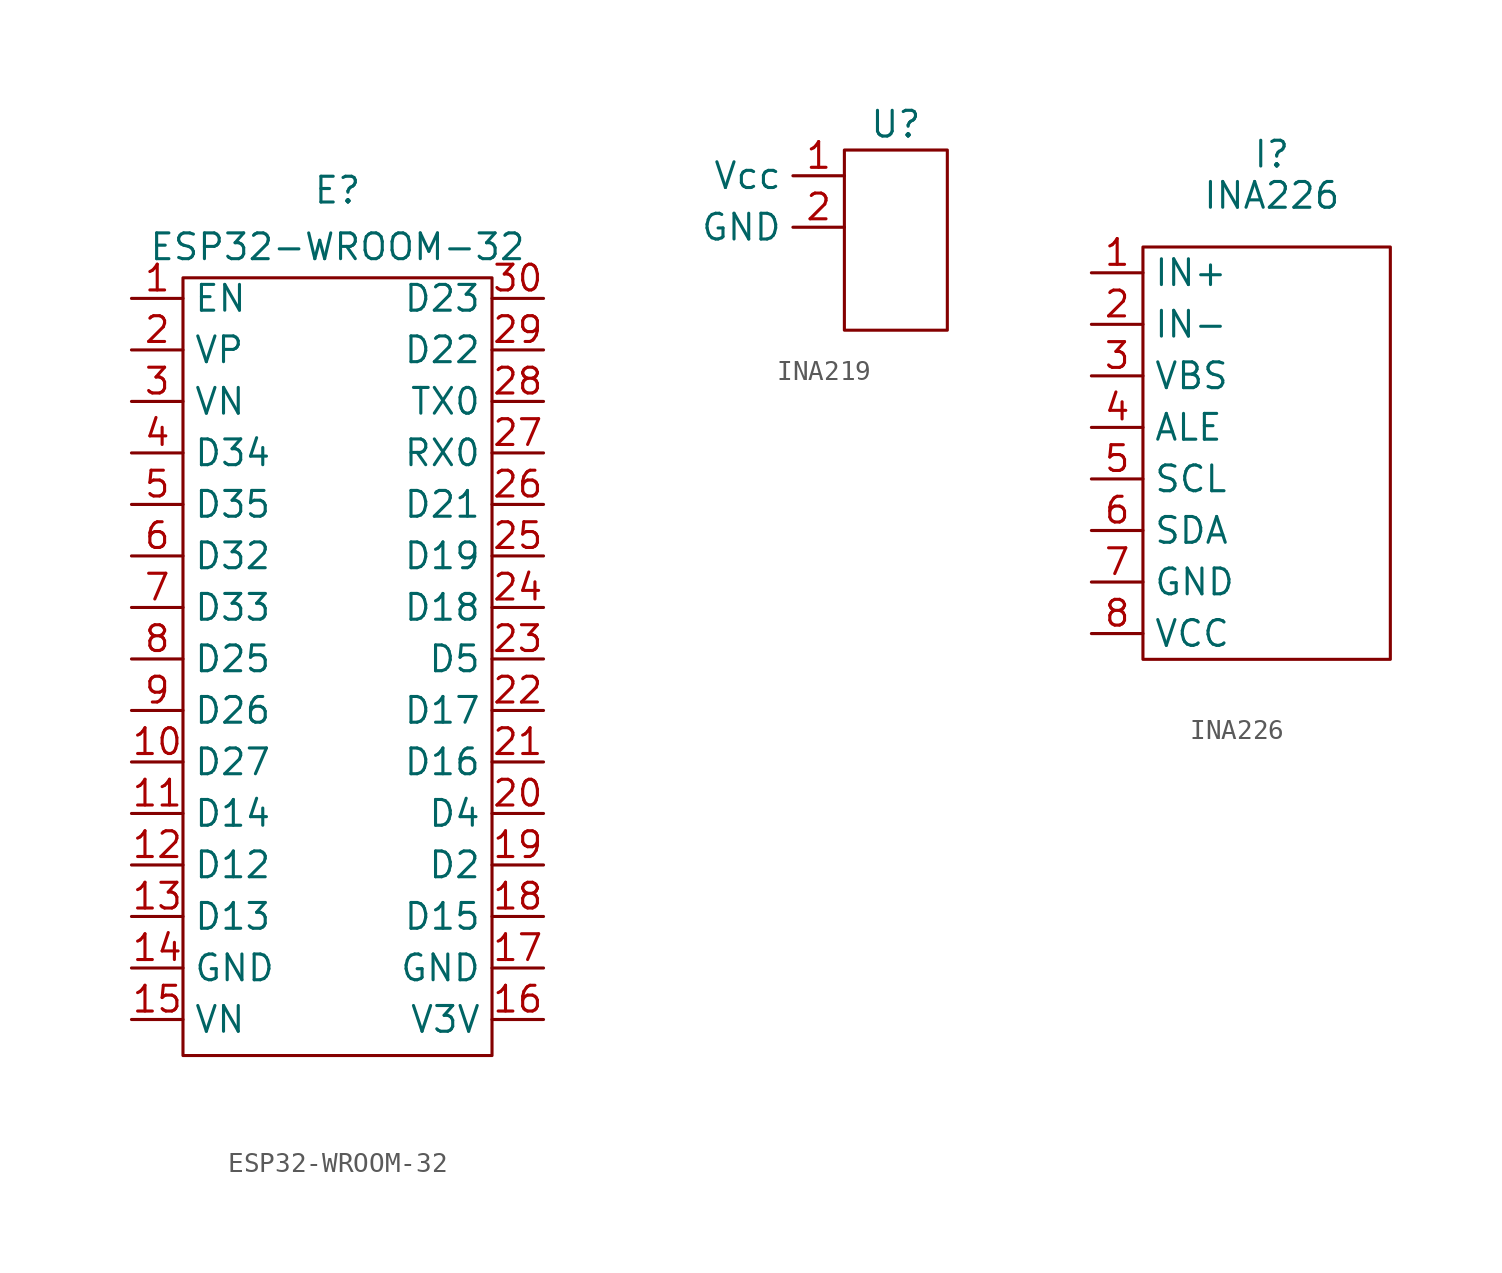
<source format=kicad_sym>
(kicad_symbol_lib
  (version 20231120)
  (generator "kicad_symbol_editor")
  (generator_version "8.0")
  (symbol "ESP32-WROOM-32"
    (property "Reference" "E"
      (at 0 2.794 0)
      (effects (font (size 1.27 1.27))))
    (property "Value" "ESP32-WROOM-32"
      (at 0 0 0)
      (effects (font (size 1.27 1.27))))
    (symbol "ESP32-WROOM-32_0_1"
      (rectangle (start -7.62 -1.524) (end 7.62 -39.878) (stroke (width 0) (type default)) (fill (type none))))
    (symbol "ESP32-WROOM-32_1_1"
      (pin input line (at -10.16 -2.54 0) (length 2.54) (name "EN" (effects (font (size 1.27 1.27)))) (number "1" (effects (font (size 1.27 1.27)))))
      (pin input line (at -10.16 -25.4 0) (length 2.54) (name "D27" (effects (font (size 1.27 1.27)))) (number "10" (effects (font (size 1.27 1.27)))))
      (pin input line (at -10.16 -27.94 0) (length 2.54) (name "D14" (effects (font (size 1.27 1.27)))) (number "11" (effects (font (size 1.27 1.27)))))
      (pin input line (at -10.16 -30.48 0) (length 2.54) (name "D12" (effects (font (size 1.27 1.27)))) (number "12" (effects (font (size 1.27 1.27)))))
      (pin input line (at -10.16 -33.02 0) (length 2.54) (name "D13" (effects (font (size 1.27 1.27)))) (number "13" (effects (font (size 1.27 1.27)))))
      (pin input line (at -10.16 -35.56 0) (length 2.54) (name "GND" (effects (font (size 1.27 1.27)))) (number "14" (effects (font (size 1.27 1.27)))))
      (pin input line (at -10.16 -38.1 0) (length 2.54) (name "VN" (effects (font (size 1.27 1.27)))) (number "15" (effects (font (size 1.27 1.27)))))
      (pin input line (at 10.16 -38.1 180) (length 2.54) (name "V3V" (effects (font (size 1.27 1.27)))) (number "16" (effects (font (size 1.27 1.27)))))
      (pin input line (at 10.16 -35.56 180) (length 2.54) (name "GND" (effects (font (size 1.27 1.27)))) (number "17" (effects (font (size 1.27 1.27)))))
      (pin input line (at 10.16 -33.02 180) (length 2.54) (name "D15" (effects (font (size 1.27 1.27)))) (number "18" (effects (font (size 1.27 1.27)))))
      (pin input line (at 10.16 -30.48 180) (length 2.54) (name "D2" (effects (font (size 1.27 1.27)))) (number "19" (effects (font (size 1.27 1.27)))))
      (pin input line (at -10.16 -5.08 0) (length 2.54) (name "VP" (effects (font (size 1.27 1.27)))) (number "2" (effects (font (size 1.27 1.27)))))
      (pin input line (at 10.16 -27.94 180) (length 2.54) (name "D4" (effects (font (size 1.27 1.27)))) (number "20" (effects (font (size 1.27 1.27)))))
      (pin input line (at 10.16 -25.4 180) (length 2.54) (name "D16" (effects (font (size 1.27 1.27)))) (number "21" (effects (font (size 1.27 1.27)))))
      (pin input line (at 10.16 -22.86 180) (length 2.54) (name "D17" (effects (font (size 1.27 1.27)))) (number "22" (effects (font (size 1.27 1.27)))))
      (pin input line (at 10.16 -20.32 180) (length 2.54) (name "D5" (effects (font (size 1.27 1.27)))) (number "23" (effects (font (size 1.27 1.27)))))
      (pin input line (at 10.16 -17.78 180) (length 2.54) (name "D18" (effects (font (size 1.27 1.27)))) (number "24" (effects (font (size 1.27 1.27)))))
      (pin input line (at 10.16 -15.24 180) (length 2.54) (name "D19" (effects (font (size 1.27 1.27)))) (number "25" (effects (font (size 1.27 1.27)))))
      (pin input line (at 10.16 -12.7 180) (length 2.54) (name "D21" (effects (font (size 1.27 1.27)))) (number "26" (effects (font (size 1.27 1.27)))))
      (pin input line (at 10.16 -10.16 180) (length 2.54) (name "RX0" (effects (font (size 1.27 1.27)))) (number "27" (effects (font (size 1.27 1.27)))))
      (pin input line (at 10.16 -7.62 180) (length 2.54) (name "TX0" (effects (font (size 1.27 1.27)))) (number "28" (effects (font (size 1.27 1.27)))))
      (pin input line (at 10.16 -5.08 180) (length 2.54) (name "D22" (effects (font (size 1.27 1.27)))) (number "29" (effects (font (size 1.27 1.27)))))
      (pin input line (at -10.16 -7.62 0) (length 2.54) (name "VN" (effects (font (size 1.27 1.27)))) (number "3" (effects (font (size 1.27 1.27)))))
      (pin input line (at 10.16 -2.54 180) (length 2.54) (name "D23" (effects (font (size 1.27 1.27)))) (number "30" (effects (font (size 1.27 1.27)))))
      (pin input line (at -10.16 -10.16 0) (length 2.54) (name "D34" (effects (font (size 1.27 1.27)))) (number "4" (effects (font (size 1.27 1.27)))))
      (pin input line (at -10.16 -12.7 0) (length 2.54) (name "D35" (effects (font (size 1.27 1.27)))) (number "5" (effects (font (size 1.27 1.27)))))
      (pin input line (at -10.16 -15.24 0) (length 2.54) (name "D32" (effects (font (size 1.27 1.27)))) (number "6" (effects (font (size 1.27 1.27)))))
      (pin input line (at -10.16 -17.78 0) (length 2.54) (name "D33" (effects (font (size 1.27 1.27)))) (number "7" (effects (font (size 1.27 1.27)))))
      (pin input line (at -10.16 -20.32 0) (length 2.54) (name "D25" (effects (font (size 1.27 1.27)))) (number "8" (effects (font (size 1.27 1.27)))))
      (pin input line (at -10.16 -22.86 0) (length 2.54) (name "D26" (effects (font (size 1.27 1.27)))) (number "9" (effects (font (size 1.27 1.27)))))))
  (symbol "INA219"
    (property "Reference" "U"
      (at 0 0 0)
      (effects (font (size 1.27 1.27))))
    (property "Value" ""
      (at 0 0 0)
      (effects (font (size 1.27 1.27))))
    (symbol "INA219_0_1"
      (rectangle (start -2.54 -1.27) (end 2.54 -10.16) (stroke (width 0) (type default)) (fill (type none))))
    (symbol "INA219_1_1"
      (pin input line (at -2.54 -2.54 180) (length 2.54) (name "Vcc" (effects (font (size 1.27 1.27)))) (number "1" (effects (font (size 1.27 1.27)))))
      (pin output line (at -2.54 -5.08 180) (length 2.54) (name "GND" (effects (font (size 1.27 1.27)))) (number "2" (effects (font (size 1.27 1.27)))))))
  (symbol "INA226"
    (property "Reference" "I"
      (at 0 2.032 0)
      (effects (font (size 1.27 1.27))))
    (property "Value" "INA226"
      (at 0 0 0)
      (effects (font (size 1.27 1.27))))
    (symbol "INA226_1_1"
      (rectangle (start -6.35 -2.54) (end 5.842 -22.86) (stroke (width 0) (type default)) (fill (type none)))
      (pin input line (at -8.89 -3.81 0) (length 2.54) (name "IN+" (effects (font (size 1.27 1.27)))) (number "1" (effects (font (size 1.27 1.27)))))
      (pin input line (at -8.89 -6.35 0) (length 2.54) (name "IN-" (effects (font (size 1.27 1.27)))) (number "2" (effects (font (size 1.27 1.27)))))
      (pin input line (at -8.89 -8.89 0) (length 2.54) (name "VBS" (effects (font (size 1.27 1.27)))) (number "3" (effects (font (size 1.27 1.27)))))
      (pin open_collector line (at -8.89 -11.43 0) (length 2.54) (name "ALE" (effects (font (size 1.27 1.27)))) (number "4" (effects (font (size 1.27 1.27)))))
      (pin input line (at -8.89 -13.97 0) (length 2.54) (name "SCL" (effects (font (size 1.27 1.27)))) (number "5" (effects (font (size 1.27 1.27)))))
      (pin bidirectional line (at -8.89 -16.51 0) (length 2.54) (name "SDA" (effects (font (size 1.27 1.27)))) (number "6" (effects (font (size 1.27 1.27)))))
      (pin power_in line (at -8.89 -19.05 0) (length 2.54) (name "GND" (effects (font (size 1.27 1.27)))) (number "7" (effects (font (size 1.27 1.27)))))
      (pin power_in line (at -8.89 -21.59 0) (length 2.54) (name "VCC" (effects (font (size 1.27 1.27)))) (number "8" (effects (font (size 1.27 1.27))))))))
</source>
